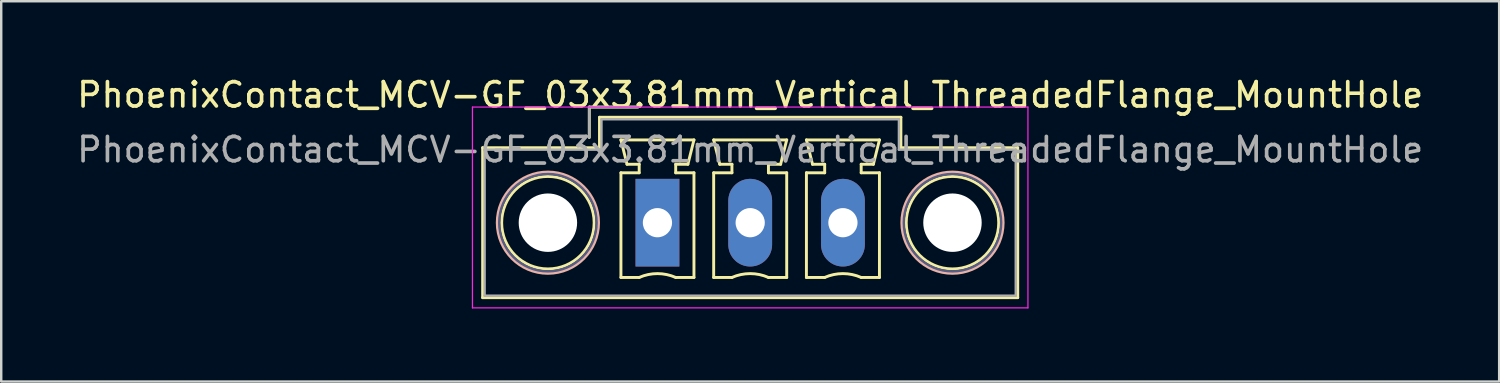
<source format=kicad_pcb>
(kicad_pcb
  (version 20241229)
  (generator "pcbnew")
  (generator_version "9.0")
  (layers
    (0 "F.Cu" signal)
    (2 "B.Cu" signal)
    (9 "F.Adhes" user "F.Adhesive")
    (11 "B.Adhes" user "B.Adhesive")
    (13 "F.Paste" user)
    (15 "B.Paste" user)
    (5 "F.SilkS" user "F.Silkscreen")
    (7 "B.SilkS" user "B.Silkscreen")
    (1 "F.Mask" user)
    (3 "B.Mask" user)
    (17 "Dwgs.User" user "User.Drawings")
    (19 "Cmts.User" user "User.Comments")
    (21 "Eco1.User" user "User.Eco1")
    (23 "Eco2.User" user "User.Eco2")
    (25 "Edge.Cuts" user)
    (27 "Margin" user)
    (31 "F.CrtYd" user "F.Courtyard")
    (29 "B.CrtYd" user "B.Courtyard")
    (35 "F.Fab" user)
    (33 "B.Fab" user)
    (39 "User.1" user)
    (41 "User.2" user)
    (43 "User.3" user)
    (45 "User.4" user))
  (footprint "PhoenixContact_MCV-GF_03x3.81mm_Vertical_ThreadedFlange_MountHole"
    (layer "F.Cu")
    (at 23.958 6.098)
    (property "Reference" "PhoenixContact_MCV-GF_03x3.81mm_Vertical_ThreadedFlange_MountHole" (at 3.81 -5.25 0) (layer "F.SilkS") (effects (font (size 1 1) (thickness 0.15))))
    (attr through_hole)
    (fp_line (start -7.18 -3.08) (end -7.18 3.08) (stroke (width 0.12) (type solid)) (layer "F.SilkS"))
    (fp_line (start -7.18 3.08) (end 14.8 3.08) (stroke (width 0.12) (type solid)) (layer "F.SilkS"))
    (fp_line (start -2.8 -4.75) (end -0.8 -4.75) (stroke (width 0.12) (type solid)) (layer "F.SilkS"))
    (fp_line (start -2.8 -3.5) (end -2.8 -4.75) (stroke (width 0.12) (type solid)) (layer "F.SilkS"))
    (fp_line (start -2.38 -4.33) (end -2.38 -3.08) (stroke (width 0.12) (type solid)) (layer "F.SilkS"))
    (fp_line (start -2.38 -3.08) (end -7.18 -3.08) (stroke (width 0.12) (type solid)) (layer "F.SilkS"))
    (fp_line (start -1.5 -3.4) (end 1.5 -3.4) (stroke (width 0.12) (type solid)) (layer "F.SilkS"))
    (fp_line (start -1.5 -2.05) (end -0.75 -2.05) (stroke (width 0.12) (type solid)) (layer "F.SilkS"))
    (fp_line (start -1.5 2.25) (end -1.5 -2.05) (stroke (width 0.12) (type solid)) (layer "F.SilkS"))
    (fp_line (start -1.25 -2.4) (end -1.5 -3.4) (stroke (width 0.12) (type solid)) (layer "F.SilkS"))
    (fp_line (start -0.75 -2.4) (end -1.25 -2.4) (stroke (width 0.12) (type solid)) (layer "F.SilkS"))
    (fp_line (start -0.75 -2.05) (end -0.75 -2.4) (stroke (width 0.12) (type solid)) (layer "F.SilkS"))
    (fp_line (start -0.75 2.25) (end -1.5 2.25) (stroke (width 0.12) (type solid)) (layer "F.SilkS"))
    (fp_line (start 0.75 -2.4) (end 0.75 -2.05) (stroke (width 0.12) (type solid)) (layer "F.SilkS"))
    (fp_line (start 0.75 -2.05) (end 1.5 -2.05) (stroke (width 0.12) (type solid)) (layer "F.SilkS"))
    (fp_line (start 1.25 -2.4) (end 0.75 -2.4) (stroke (width 0.12) (type solid)) (layer "F.SilkS"))
    (fp_line (start 1.5 -3.4) (end 1.25 -2.4) (stroke (width 0.12) (type solid)) (layer "F.SilkS"))
    (fp_line (start 1.5 -2.05) (end 1.5 2.25) (stroke (width 0.12) (type solid)) (layer "F.SilkS"))
    (fp_line (start 1.5 2.25) (end 0.75 2.25) (stroke (width 0.12) (type solid)) (layer "F.SilkS"))
    (fp_line (start 2.31 -3.4) (end 5.31 -3.4) (stroke (width 0.12) (type solid)) (layer "F.SilkS"))
    (fp_line (start 2.31 -2.05) (end 3.06 -2.05) (stroke (width 0.12) (type solid)) (layer "F.SilkS"))
    (fp_line (start 2.31 2.25) (end 2.31 -2.05) (stroke (width 0.12) (type solid)) (layer "F.SilkS"))
    (fp_line (start 2.56 -2.4) (end 2.31 -3.4) (stroke (width 0.12) (type solid)) (layer "F.SilkS"))
    (fp_line (start 3.06 -2.4) (end 2.56 -2.4) (stroke (width 0.12) (type solid)) (layer "F.SilkS"))
    (fp_line (start 3.06 -2.05) (end 3.06 -2.4) (stroke (width 0.12) (type solid)) (layer "F.SilkS"))
    (fp_line (start 3.06 2.25) (end 2.31 2.25) (stroke (width 0.12) (type solid)) (layer "F.SilkS"))
    (fp_line (start 4.56 -2.4) (end 4.56 -2.05) (stroke (width 0.12) (type solid)) (layer "F.SilkS"))
    (fp_line (start 4.56 -2.05) (end 5.31 -2.05) (stroke (width 0.12) (type solid)) (layer "F.SilkS"))
    (fp_line (start 5.06 -2.4) (end 4.56 -2.4) (stroke (width 0.12) (type solid)) (layer "F.SilkS"))
    (fp_line (start 5.31 -3.4) (end 5.06 -2.4) (stroke (width 0.12) (type solid)) (layer "F.SilkS"))
    (fp_line (start 5.31 -2.05) (end 5.31 2.25) (stroke (width 0.12) (type solid)) (layer "F.SilkS"))
    (fp_line (start 5.31 2.25) (end 4.56 2.25) (stroke (width 0.12) (type solid)) (layer "F.SilkS"))
    (fp_line (start 6.12 -3.4) (end 9.12 -3.4) (stroke (width 0.12) (type solid)) (layer "F.SilkS"))
    (fp_line (start 6.12 -2.05) (end 6.87 -2.05) (stroke (width 0.12) (type solid)) (layer "F.SilkS"))
    (fp_line (start 6.12 2.25) (end 6.12 -2.05) (stroke (width 0.12) (type solid)) (layer "F.SilkS"))
    (fp_line (start 6.37 -2.4) (end 6.12 -3.4) (stroke (width 0.12) (type solid)) (layer "F.SilkS"))
    (fp_line (start 6.87 -2.4) (end 6.37 -2.4) (stroke (width 0.12) (type solid)) (layer "F.SilkS"))
    (fp_line (start 6.87 -2.05) (end 6.87 -2.4) (stroke (width 0.12) (type solid)) (layer "F.SilkS"))
    (fp_line (start 6.87 2.25) (end 6.12 2.25) (stroke (width 0.12) (type solid)) (layer "F.SilkS"))
    (fp_line (start 8.37 -2.4) (end 8.37 -2.05) (stroke (width 0.12) (type solid)) (layer "F.SilkS"))
    (fp_line (start 8.37 -2.05) (end 9.12 -2.05) (stroke (width 0.12) (type solid)) (layer "F.SilkS"))
    (fp_line (start 8.87 -2.4) (end 8.37 -2.4) (stroke (width 0.12) (type solid)) (layer "F.SilkS"))
    (fp_line (start 9.12 -3.4) (end 8.87 -2.4) (stroke (width 0.12) (type solid)) (layer "F.SilkS"))
    (fp_line (start 9.12 -2.05) (end 9.12 2.25) (stroke (width 0.12) (type solid)) (layer "F.SilkS"))
    (fp_line (start 9.12 2.25) (end 8.37 2.25) (stroke (width 0.12) (type solid)) (layer "F.SilkS"))
    (fp_line (start 10 -4.33) (end -2.38 -4.33) (stroke (width 0.12) (type solid)) (layer "F.SilkS"))
    (fp_line (start 10 -3.08) (end 10 -4.33) (stroke (width 0.12) (type solid)) (layer "F.SilkS"))
    (fp_line (start 14.8 -3.08) (end 10 -3.08) (stroke (width 0.12) (type solid)) (layer "F.SilkS"))
    (fp_line (start 14.8 3.08) (end 14.8 -3.08) (stroke (width 0.12) (type solid)) (layer "F.SilkS"))
    (fp_arc (start -0.75 2.25) (mid -0.000193 2.09191) (end 0.749647 2.249844) (stroke (width 0.12) (type solid)) (layer "F.SilkS"))
    (fp_arc (start 3.06 2.25) (mid 3.809807 2.09191) (end 4.559647 2.249844) (stroke (width 0.12) (type solid)) (layer "F.SilkS"))
    (fp_arc (start 6.87 2.25) (mid 7.619807 2.09191) (end 8.369647 2.249844) (stroke (width 0.12) (type solid)) (layer "F.SilkS"))
    (fp_circle (center -4.5 0) (end -2.6 0) (stroke (width 0.12) (type solid)) (fill no) (layer "F.SilkS"))
    (fp_circle (center 12.12 0) (end 14.02 0) (stroke (width 0.12) (type solid)) (fill no) (layer "F.SilkS"))
    (fp_circle (center -4.5 0) (end -2.42 0) (stroke (width 0.12) (type solid)) (fill no) (layer "B.SilkS"))
    (fp_circle (center 12.12 0) (end 14.2 0) (stroke (width 0.12) (type solid)) (fill no) (layer "B.SilkS"))
    (fp_line (start -7.6 -4.75) (end -7.6 3.5) (stroke (width 0.05) (type solid)) (layer "F.CrtYd"))
    (fp_line (start -7.6 3.5) (end 15.22 3.5) (stroke (width 0.05) (type solid)) (layer "F.CrtYd"))
    (fp_line (start 15.22 -4.75) (end -7.6 -4.75) (stroke (width 0.05) (type solid)) (layer "F.CrtYd"))
    (fp_line (start 15.22 3.5) (end 15.22 -4.75) (stroke (width 0.05) (type solid)) (layer "F.CrtYd"))
    (fp_circle (center -4.5 0) (end -2.5 0) (stroke (width 0.1) (type solid)) (fill no) (layer "B.Fab"))
    (fp_circle (center 12.12 0) (end 14.12 0) (stroke (width 0.1) (type solid)) (fill no) (layer "B.Fab"))
    (fp_line (start -7.1 -3) (end -7.1 3) (stroke (width 0.1) (type solid)) (layer "F.Fab"))
    (fp_line (start -7.1 3) (end 14.72 3) (stroke (width 0.1) (type solid)) (layer "F.Fab"))
    (fp_line (start -2.8 -4.75) (end -0.8 -4.75) (stroke (width 0.1) (type solid)) (layer "F.Fab"))
    (fp_line (start -2.8 -3.5) (end -2.8 -4.75) (stroke (width 0.1) (type solid)) (layer "F.Fab"))
    (fp_line (start -2.3 -4.25) (end -2.3 -3) (stroke (width 0.1) (type solid)) (layer "F.Fab"))
    (fp_line (start -2.3 -3) (end -7.1 -3) (stroke (width 0.1) (type solid)) (layer "F.Fab"))
    (fp_line (start 9.92 -4.25) (end -2.3 -4.25) (stroke (width 0.1) (type solid)) (layer "F.Fab"))
    (fp_line (start 9.92 -3) (end 9.92 -4.25) (stroke (width 0.1) (type solid)) (layer "F.Fab"))
    (fp_line (start 14.72 -3) (end 9.92 -3) (stroke (width 0.1) (type solid)) (layer "F.Fab"))
    (fp_line (start 14.72 3) (end 14.72 -3) (stroke (width 0.1) (type solid)) (layer "F.Fab"))
    (fp_text user "${REFERENCE}" (at 3.81 -3 0) (layer "F.Fab") (effects (font (size 1 1) (thickness 0.15))))
    (pad "" np_thru_hole circle (at -4.5 0) (size 2.4 2.4) (drill 2.4) (layers "*.Cu" "*.Mask"))
    (pad "" np_thru_hole circle (at 12.12 0) (size 2.4 2.4) (drill 2.4) (layers "*.Cu" "*.Mask"))
    (pad "1" thru_hole rect (at 0 0) (size 1.8 3.6) (drill 1.2) (layers "*.Cu" "*.Mask"))
    (pad "2" thru_hole oval (at 3.81 0) (size 1.8 3.6) (drill 1.2) (layers "*.Cu" "*.Mask"))
    (pad "3" thru_hole oval (at 7.62 0) (size 1.8 3.6) (drill 1.2) (layers "*.Cu" "*.Mask")))
  (gr_rect
    (start -3 -3)
    (end 58.536 12.623)
    (stroke (width 0.1) (type default))
    (fill no)
    (layer "Edge.Cuts")))
</source>
